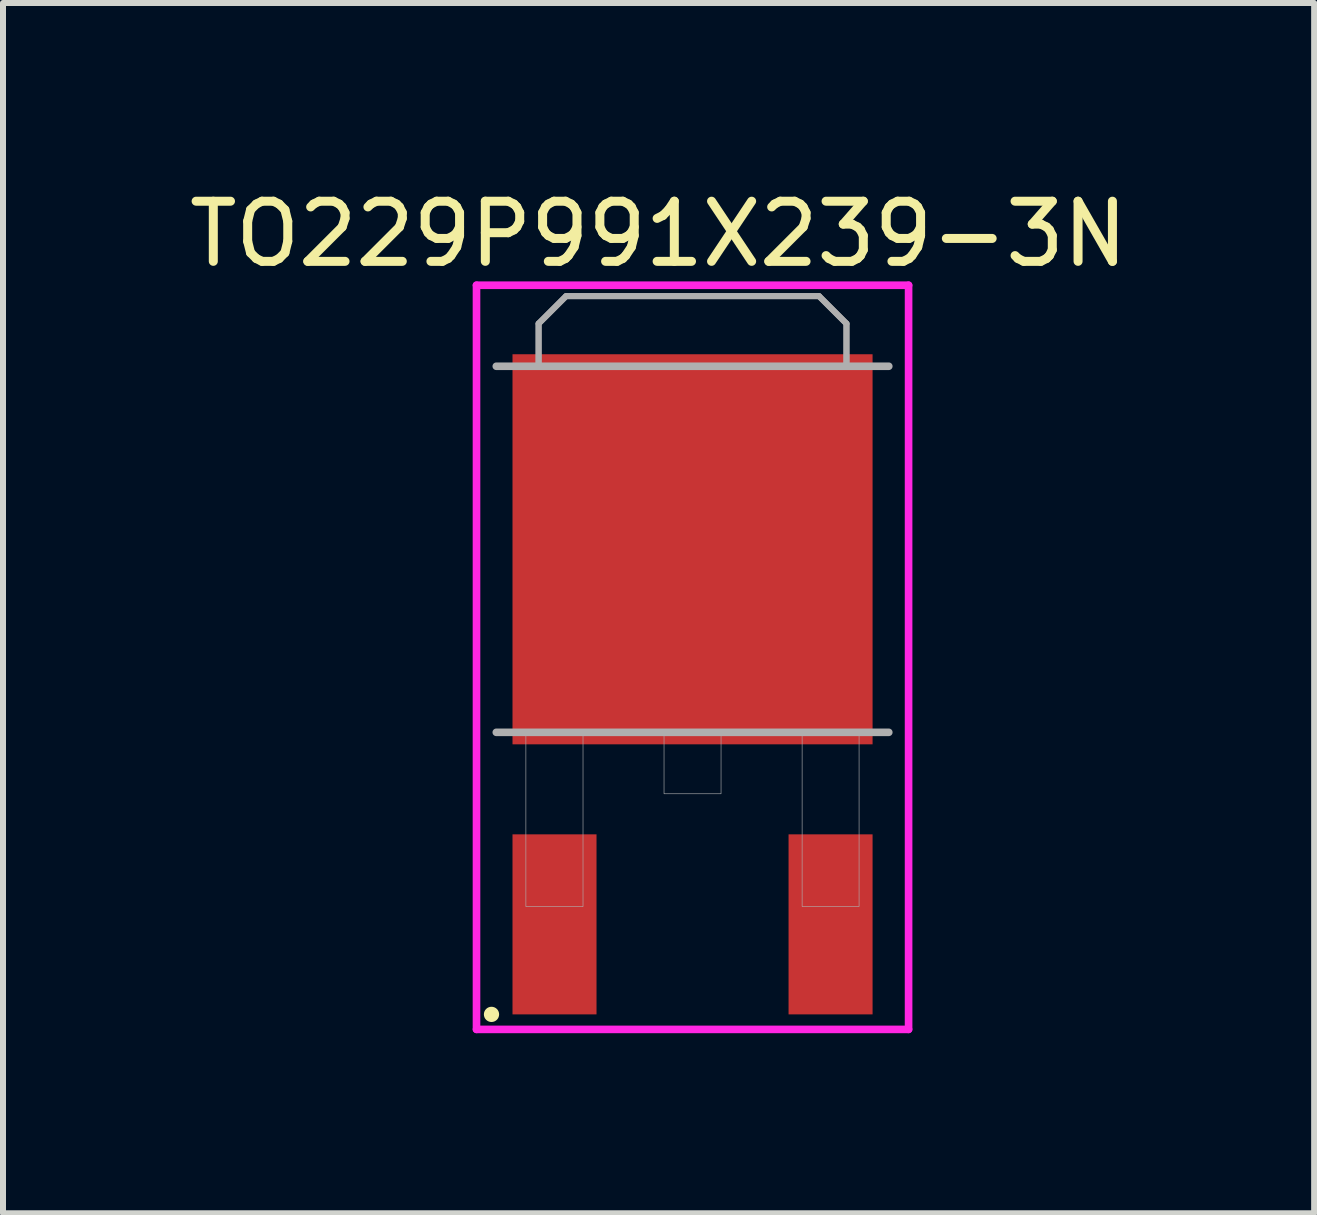
<source format=kicad_pcb>
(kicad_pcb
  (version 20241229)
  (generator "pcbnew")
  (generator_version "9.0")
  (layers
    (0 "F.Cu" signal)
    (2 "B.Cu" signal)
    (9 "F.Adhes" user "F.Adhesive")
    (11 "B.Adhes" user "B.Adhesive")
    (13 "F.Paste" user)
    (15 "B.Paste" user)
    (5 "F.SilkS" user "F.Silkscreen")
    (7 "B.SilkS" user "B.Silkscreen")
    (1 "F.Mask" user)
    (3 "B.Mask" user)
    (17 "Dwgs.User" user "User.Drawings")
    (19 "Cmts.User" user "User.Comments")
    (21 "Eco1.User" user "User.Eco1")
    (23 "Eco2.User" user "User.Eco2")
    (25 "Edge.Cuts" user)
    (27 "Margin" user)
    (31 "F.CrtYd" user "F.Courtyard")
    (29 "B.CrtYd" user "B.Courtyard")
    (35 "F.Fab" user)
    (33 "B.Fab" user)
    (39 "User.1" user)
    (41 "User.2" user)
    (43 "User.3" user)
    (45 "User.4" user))
  (footprint "TO229P991X239-3N"
    (layer "F.Cu")
    (at 8.49 6.103)
    (property "Reference" "TO229P991X239-3N" (at -0.566 -5.254 0) (layer "F.SilkS") (effects (font (size 1.002 1.002) (thickness 0.15))))
    (attr through_hole)
    (fp_circle (center -3.35 7.75) (end -3.223 7.75) (stroke (width 0) (type solid)) (fill yes) (layer "F.SilkS"))
    (fp_line (start -3.6 -4.4) (end -3.6 8) (stroke (width 0.127) (type solid)) (layer "F.CrtYd"))
    (fp_line (start -3.6 8) (end 3.6 8) (stroke (width 0.127) (type solid)) (layer "F.CrtYd"))
    (fp_line (start 3.6 -4.4) (end -3.6 -4.4) (stroke (width 0.127) (type solid)) (layer "F.CrtYd"))
    (fp_line (start 3.6 8) (end 3.6 -4.4) (stroke (width 0.127) (type solid)) (layer "F.CrtYd"))
    (fp_line (start -3.27 -3.05) (end 3.27 -3.05) (stroke (width 0.127) (type solid)) (layer "F.Fab"))
    (fp_line (start -2.565 -3.761) (end -2.108 -4.218) (stroke (width 0.1) (type solid)) (layer "F.Fab"))
    (fp_line (start -2.565 -3.05) (end -2.565 -3.761) (stroke (width 0.1) (type solid)) (layer "F.Fab"))
    (fp_line (start -2.108 -4.218) (end 2.108 -4.218) (stroke (width 0.1) (type solid)) (layer "F.Fab"))
    (fp_line (start 2.108 -4.218) (end 2.565 -3.761) (stroke (width 0.1) (type solid)) (layer "F.Fab"))
    (fp_line (start 2.565 -3.761) (end 2.565 -3.05) (stroke (width 0.1) (type solid)) (layer "F.Fab"))
    (fp_line (start 2.565 -3.05) (end -2.565 -3.05) (stroke (width 0.1) (type solid)) (layer "F.Fab"))
    (fp_line (start 3.27 3.05) (end -3.27 3.05) (stroke (width 0.127) (type solid)) (layer "F.Fab"))
    (fp_poly (pts (xy -2.777 3.05) (xy -1.825 3.05) (xy -1.825 5.954) (xy -2.777 5.954)) (stroke (width 0.01) (type solid)) (fill no) (layer "F.Fab"))
    (fp_poly (pts (xy -0.475 3.05) (xy 0.475 3.05) (xy 0.475 4.074) (xy -0.475 4.074)) (stroke (width 0.01) (type solid)) (fill no) (layer "F.Fab"))
    (fp_poly (pts (xy 1.826 3.05) (xy 2.775 3.05) (xy 2.775 5.953) (xy 1.826 5.953)) (stroke (width 0.01) (type solid)) (fill no) (layer "F.Fab"))
    (fp_poly (pts (xy -2.565 -3.05) (xy -2.565 -3.761) (xy -2.108 -4.218) (xy 2.108 -4.218) (xy 2.565 -3.761) (xy 2.565 -3.05)) (stroke (width 0.1) (type solid)) (fill no) (layer "F.Fab"))
    (pad "1" smd rect (at -2.3 6.25) (size 1.4 3) (layers "F.Cu" "F.Mask" "F.Paste"))
    (pad "3" smd rect (at 2.3 6.25) (size 1.4 3) (layers "F.Cu" "F.Mask" "F.Paste"))
    (pad "4" smd rect (at 0 0) (size 6 6.5) (layers "F.Cu" "F.Mask" "F.Paste")))
  (gr_rect
    (start -3 -3)
    (end 18.848 17.167)
    (stroke (width 0.1) (type default))
    (fill no)
    (layer "Edge.Cuts")))
</source>
